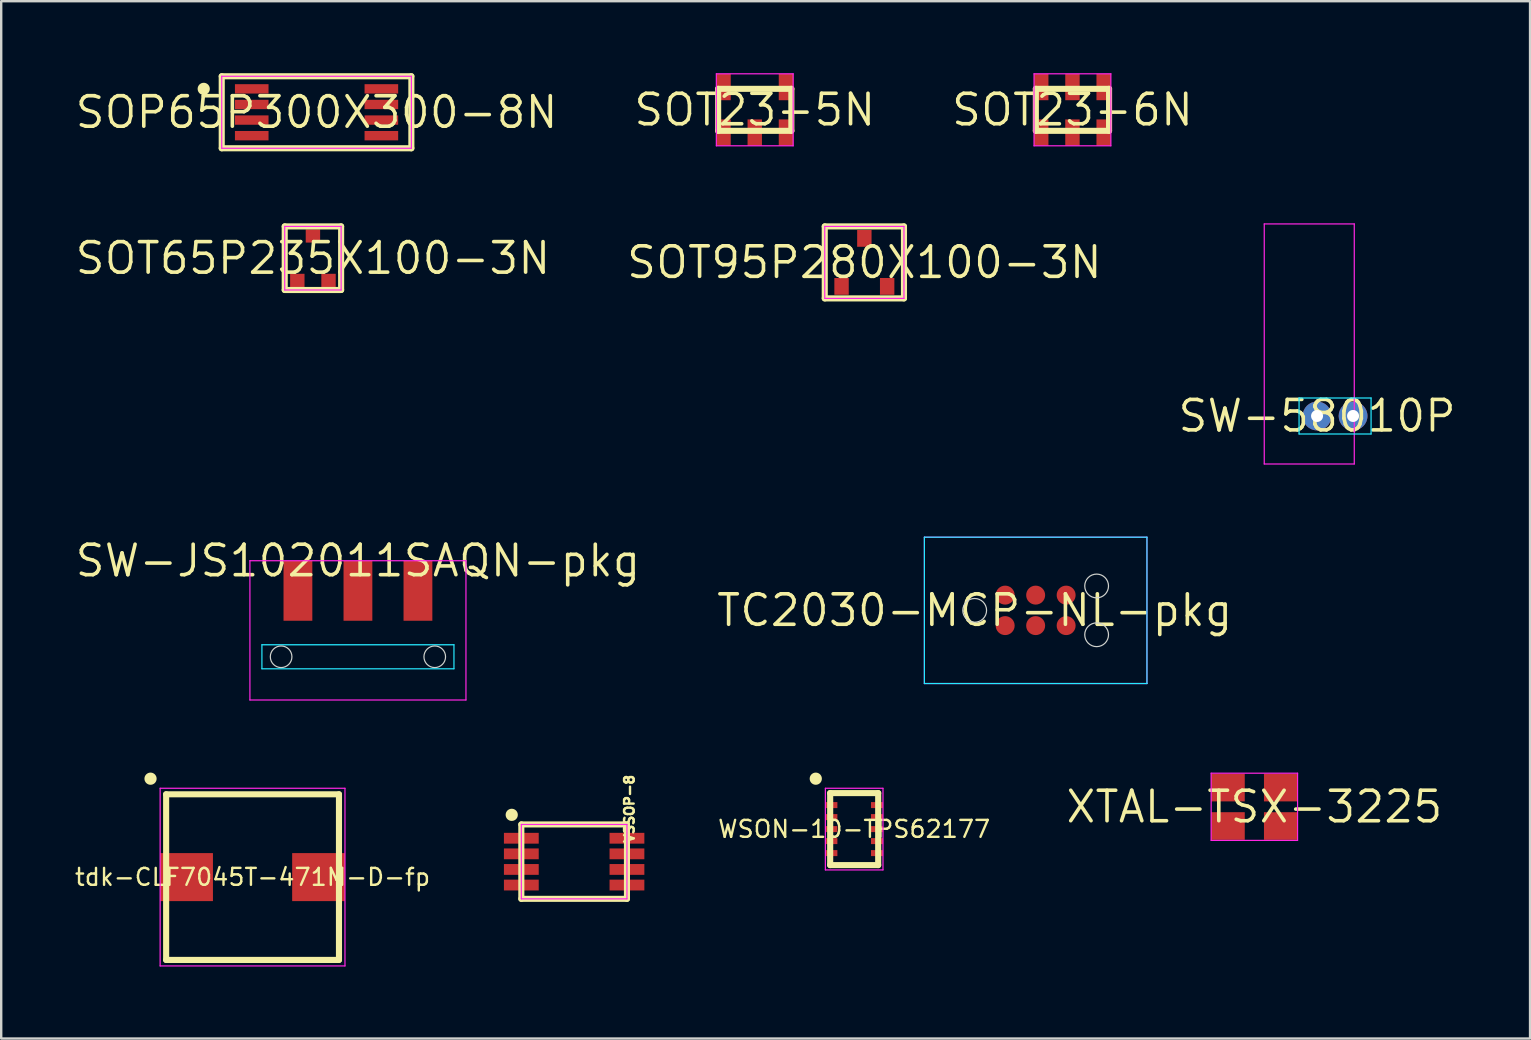
<source format=kicad_pcb>
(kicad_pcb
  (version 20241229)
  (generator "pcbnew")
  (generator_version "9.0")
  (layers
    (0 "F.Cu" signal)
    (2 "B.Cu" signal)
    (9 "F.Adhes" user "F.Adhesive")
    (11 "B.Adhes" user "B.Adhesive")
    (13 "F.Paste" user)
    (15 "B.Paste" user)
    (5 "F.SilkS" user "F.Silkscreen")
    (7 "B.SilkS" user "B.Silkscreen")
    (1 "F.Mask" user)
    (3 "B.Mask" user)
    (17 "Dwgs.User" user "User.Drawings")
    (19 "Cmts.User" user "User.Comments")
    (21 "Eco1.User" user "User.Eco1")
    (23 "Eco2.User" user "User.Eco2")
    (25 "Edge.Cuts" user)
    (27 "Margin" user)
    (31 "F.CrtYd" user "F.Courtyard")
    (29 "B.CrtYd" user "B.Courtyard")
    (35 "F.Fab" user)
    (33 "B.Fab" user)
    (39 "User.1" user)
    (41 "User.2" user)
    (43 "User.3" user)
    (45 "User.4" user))
  (footprint "SOT65P235X100-3N"
    (layer "F.Cu")
    (at 9.986 7.706)
    (property "Reference" "SOT65P235X100-3N" (at 0 0 0) (layer "F.SilkS") (effects (font (size 1.27 1.27) (thickness 0.15))))
    (attr through_hole)
    (fp_line (start -1.175 -1.325) (end -1.175 1.325) (stroke (width 0.254) (type solid)) (layer "F.SilkS"))
    (fp_line (start -1.175 1.325) (end 1.175 1.325) (stroke (width 0.254) (type solid)) (layer "F.SilkS"))
    (fp_line (start 1.175 -1.325) (end -1.175 -1.325) (stroke (width 0.254) (type solid)) (layer "F.SilkS"))
    (fp_line (start 1.175 1.325) (end 1.175 -1.325) (stroke (width 0.254) (type solid)) (layer "F.SilkS"))
    (fp_line (start -1.175 -1.325) (end -1.175 1.325) (stroke (width 0.05) (type solid)) (layer "F.CrtYd"))
    (fp_line (start -1.175 1.325) (end 1.175 1.325) (stroke (width 0.05) (type solid)) (layer "F.CrtYd"))
    (fp_line (start 1.175 -1.325) (end -1.175 -1.325) (stroke (width 0.05) (type solid)) (layer "F.CrtYd"))
    (fp_line (start 1.175 1.325) (end 1.175 -1.325) (stroke (width 0.05) (type solid)) (layer "F.CrtYd"))
    (pad "1" smd rect (at -0.65 0.925) (size 0.6 0.55) (layers "F.Cu" "F.Mask" "F.Paste"))
    (pad "2" smd rect (at 0.65 0.925) (size 0.6 0.55) (layers "F.Cu" "F.Mask" "F.Paste"))
    (pad "3" smd rect (at 0 -0.925) (size 0.6 0.55) (layers "F.Cu" "F.Mask" "F.Paste")))
  (footprint "tdk-CLF7045T-471M-D-fp"
    (layer "F.Cu")
    (at 7.471 33.489)
    (property "Reference" "tdk-CLF7045T-471M-D-fp" (at 0 0 0) (layer "F.SilkS") (effects (font (size 0.706 0.706) (thickness 0.1))))
    (attr through_hole)
    (fp_line (start -3.6 -3.45) (end -3.6 3.45) (stroke (width 0.254) (type solid)) (layer "F.SilkS"))
    (fp_line (start -3.6 3.45) (end 3.6 3.45) (stroke (width 0.254) (type solid)) (layer "F.SilkS"))
    (fp_line (start 3.6 -3.45) (end -3.6 -3.45) (stroke (width 0.254) (type solid)) (layer "F.SilkS"))
    (fp_line (start 3.6 3.45) (end 3.6 -3.45) (stroke (width 0.254) (type solid)) (layer "F.SilkS"))
    (fp_poly (pts (xy -3.996 -4.1) (xy -4.001 -4.15) (xy -4.015 -4.197) (xy -4.039 -4.241) (xy -4.07 -4.28) (xy -4.109 -4.311) (xy -4.153 -4.335) (xy -4.2 -4.349) (xy -4.25 -4.354) (xy -4.3 -4.349) (xy -4.347 -4.335) (xy -4.391 -4.311) (xy -4.43 -4.28) (xy -4.461 -4.241) (xy -4.485 -4.197) (xy -4.499 -4.15) (xy -4.504 -4.1) (xy -4.499 -4.05) (xy -4.485 -4.003) (xy -4.461 -3.959) (xy -4.43 -3.92) (xy -4.391 -3.889) (xy -4.347 -3.865) (xy -4.3 -3.851) (xy -4.25 -3.846) (xy -4.2 -3.851) (xy -4.153 -3.865) (xy -4.109 -3.889) (xy -4.07 -3.92) (xy -4.039 -3.959) (xy -4.015 -4.003) (xy -4.001 -4.05)) (stroke (width 0) (type solid)) (fill yes) (layer "F.SilkS"))
    (fp_line (start -3.85 -3.7) (end -3.85 3.7) (stroke (width 0.05) (type solid)) (layer "F.CrtYd"))
    (fp_line (start -3.85 3.7) (end 3.85 3.7) (stroke (width 0.05) (type solid)) (layer "F.CrtYd"))
    (fp_line (start 3.85 -3.7) (end -3.85 -3.7) (stroke (width 0.05) (type solid)) (layer "F.CrtYd"))
    (fp_line (start 3.85 3.7) (end 3.85 -3.7) (stroke (width 0.05) (type solid)) (layer "F.CrtYd"))
    (pad "1" smd rect (at -2.75 0 270) (size 2 2.2) (layers "F.Cu" "F.Mask" "F.Paste"))
    (pad "2" smd rect (at 2.75 0 90) (size 2 2.2) (layers "F.Cu" "F.Mask" "F.Paste")))
  (footprint "SOT95P280X100-3N"
    (layer "F.Cu")
    (at 32.958 7.881)
    (property "Reference" "SOT95P280X100-3N" (at 0 0 0) (layer "F.SilkS") (effects (font (size 1.27 1.27) (thickness 0.15))))
    (attr through_hole)
    (fp_line (start -1.65 -1.5) (end -1.65 1.5) (stroke (width 0.254) (type solid)) (layer "F.SilkS"))
    (fp_line (start -1.65 1.5) (end 1.65 1.5) (stroke (width 0.254) (type solid)) (layer "F.SilkS"))
    (fp_line (start 1.65 -1.5) (end -1.65 -1.5) (stroke (width 0.254) (type solid)) (layer "F.SilkS"))
    (fp_line (start 1.65 1.5) (end 1.65 -1.5) (stroke (width 0.254) (type solid)) (layer "F.SilkS"))
    (fp_line (start -1.65 -1.5) (end -1.65 1.5) (stroke (width 0.05) (type solid)) (layer "F.CrtYd"))
    (fp_line (start -1.65 1.5) (end 1.65 1.5) (stroke (width 0.05) (type solid)) (layer "F.CrtYd"))
    (fp_line (start 1.65 -1.5) (end -1.65 -1.5) (stroke (width 0.05) (type solid)) (layer "F.CrtYd"))
    (fp_line (start 1.65 1.5) (end 1.65 -1.5) (stroke (width 0.05) (type solid)) (layer "F.CrtYd"))
    (pad "1" smd rect (at -0.95 1) (size 0.6 0.7) (layers "F.Cu" "F.Mask" "F.Paste"))
    (pad "2" smd rect (at 0.95 1) (size 0.6 0.7) (layers "F.Cu" "F.Mask" "F.Paste"))
    (pad "3" smd rect (at 0 -1) (size 0.6 0.7) (layers "F.Cu" "F.Mask" "F.Paste")))
  (footprint "SW-JS102011SAQN-pkg"
    (layer "F.Cu")
    (at 11.861 20.31)
    (property "Reference" "SW-JS102011SAQN-pkg" (at 0 0 0) (layer "F.SilkS") (effects (font (size 1.27 1.27) (thickness 0.15))))
    (attr through_hole)
    (fp_circle (center -3.2 4) (end -2.75 4) (stroke (width 0.05) (type solid)) (fill no) (layer "Edge.Cuts"))
    (fp_circle (center 3.2 4) (end 3.65 4) (stroke (width 0.05) (type solid)) (fill no) (layer "Edge.Cuts"))
    (fp_line (start -4 3.5) (end -4 4.5) (stroke (width 0.05) (type solid)) (layer "B.CrtYd"))
    (fp_line (start -4 4.5) (end 4 4.5) (stroke (width 0.05) (type solid)) (layer "B.CrtYd"))
    (fp_line (start 4 3.5) (end -4 3.5) (stroke (width 0.05) (type solid)) (layer "B.CrtYd"))
    (fp_line (start 4 4.5) (end 4 3.5) (stroke (width 0.05) (type solid)) (layer "B.CrtYd"))
    (fp_line (start -4.5 0) (end -4.5 5.8) (stroke (width 0.05) (type solid)) (layer "F.CrtYd"))
    (fp_line (start -4.5 5.8) (end 4.5 5.8) (stroke (width 0.05) (type solid)) (layer "F.CrtYd"))
    (fp_line (start 4.5 0) (end -4.5 0) (stroke (width 0.05) (type solid)) (layer "F.CrtYd"))
    (fp_line (start 4.5 5.8) (end 4.5 0) (stroke (width 0.05) (type solid)) (layer "F.CrtYd"))
    (pad "1" smd rect (at -2.5 1.25) (size 1.2 2.5) (layers "F.Cu" "F.Mask" "F.Paste"))
    (pad "2" smd rect (at 0 1.25) (size 1.2 2.5) (layers "F.Cu" "F.Mask" "F.Paste"))
    (pad "3" smd rect (at 2.5 1.25) (size 1.2 2.5) (layers "F.Cu" "F.Mask" "F.Paste")))
  (footprint "SW-58010P"
    (layer "F.Cu")
    (at 51.817 14.279)
    (property "Reference" "SW-58010P" (at 0 0 0) (layer "F.SilkS") (effects (font (size 1.27 1.27) (thickness 0.15))))
    (attr through_hole)
    (fp_line (start -0.75 -0.75) (end -0.75 0.75) (stroke (width 0.05) (type solid)) (layer "B.CrtYd"))
    (fp_line (start -0.75 0.75) (end 2.25 0.75) (stroke (width 0.05) (type solid)) (layer "B.CrtYd"))
    (fp_line (start 2.25 -0.75) (end -0.75 -0.75) (stroke (width 0.05) (type solid)) (layer "B.CrtYd"))
    (fp_line (start 2.25 0.75) (end 2.25 -0.75) (stroke (width 0.05) (type solid)) (layer "B.CrtYd"))
    (fp_line (start -2.2 -8) (end -2.2 2) (stroke (width 0.05) (type solid)) (layer "F.CrtYd"))
    (fp_line (start -2.2 2) (end 1.55 2) (stroke (width 0.05) (type solid)) (layer "F.CrtYd"))
    (fp_line (start 1.55 -8) (end -2.2 -8) (stroke (width 0.05) (type solid)) (layer "F.CrtYd"))
    (fp_line (start 1.55 2) (end 1.55 -8) (stroke (width 0.05) (type solid)) (layer "F.CrtYd"))
    (pad "1" thru_hole circle (at 0 0) (size 1.2 1.2) (drill 0.5) (layers "*.Cu" "*.Mask"))
    (pad "2" thru_hole circle (at 1.5 0) (size 1.2 1.2) (drill 0.5) (layers "*.Cu" "*.Mask")))
  (footprint "SOP65P300X300-8N"
    (layer "F.Cu")
    (at 10.137 1.627)
    (property "Reference" "SOP65P300X300-8N" (at 0 0 0) (layer "F.SilkS") (effects (font (size 1.27 1.27) (thickness 0.15))))
    (attr through_hole)
    (fp_line (start -3.95 -1.5) (end -3.95 1.5) (stroke (width 0.254) (type solid)) (layer "F.SilkS"))
    (fp_line (start -3.95 1.5) (end 3.95 1.5) (stroke (width 0.254) (type solid)) (layer "F.SilkS"))
    (fp_line (start 3.95 -1.5) (end -3.95 -1.5) (stroke (width 0.254) (type solid)) (layer "F.SilkS"))
    (fp_line (start 3.95 1.5) (end 3.95 -1.5) (stroke (width 0.254) (type solid)) (layer "F.SilkS"))
    (fp_poly (pts (xy -4.446 -0.975) (xy -4.451 -1.025) (xy -4.465 -1.072) (xy -4.489 -1.116) (xy -4.52 -1.155) (xy -4.559 -1.186) (xy -4.603 -1.21) (xy -4.65 -1.224) (xy -4.7 -1.229) (xy -4.75 -1.224) (xy -4.797 -1.21) (xy -4.841 -1.186) (xy -4.88 -1.155) (xy -4.911 -1.116) (xy -4.935 -1.072) (xy -4.949 -1.025) (xy -4.954 -0.975) (xy -4.949 -0.925) (xy -4.935 -0.878) (xy -4.911 -0.834) (xy -4.88 -0.795) (xy -4.841 -0.764) (xy -4.797 -0.74) (xy -4.75 -0.726) (xy -4.7 -0.721) (xy -4.65 -0.726) (xy -4.603 -0.74) (xy -4.559 -0.764) (xy -4.52 -0.795) (xy -4.489 -0.834) (xy -4.465 -0.878) (xy -4.451 -0.925)) (stroke (width 0) (type solid)) (fill yes) (layer "F.SilkS"))
    (fp_line (start -3.95 -1.5) (end -3.95 1.5) (stroke (width 0.05) (type solid)) (layer "F.CrtYd"))
    (fp_line (start -3.95 1.5) (end 3.95 1.5) (stroke (width 0.05) (type solid)) (layer "F.CrtYd"))
    (fp_line (start 3.95 -1.5) (end -3.95 -1.5) (stroke (width 0.05) (type solid)) (layer "F.CrtYd"))
    (fp_line (start 3.95 1.5) (end 3.95 -1.5) (stroke (width 0.05) (type solid)) (layer "F.CrtYd"))
    (pad "1" smd rect (at -2.7 -0.975 270) (size 0.39 1.4) (layers "F.Cu" "F.Mask" "F.Paste"))
    (pad "2" smd rect (at -2.7 -0.325 270) (size 0.39 1.4) (layers "F.Cu" "F.Mask" "F.Paste"))
    (pad "3" smd rect (at -2.7 0.325 270) (size 0.39 1.4) (layers "F.Cu" "F.Mask" "F.Paste"))
    (pad "4" smd rect (at -2.7 0.975 270) (size 0.39 1.4) (layers "F.Cu" "F.Mask" "F.Paste"))
    (pad "5" smd rect (at 2.7 0.975 90) (size 0.39 1.4) (layers "F.Cu" "F.Mask" "F.Paste"))
    (pad "6" smd rect (at 2.7 0.325 90) (size 0.39 1.4) (layers "F.Cu" "F.Mask" "F.Paste"))
    (pad "7" smd rect (at 2.7 -0.325 90) (size 0.39 1.4) (layers "F.Cu" "F.Mask" "F.Paste"))
    (pad "8" smd rect (at 2.7 -0.975 90) (size 0.39 1.4) (layers "F.Cu" "F.Mask" "F.Paste")))
  (footprint "SOT23-5N"
    (layer "F.Cu")
    (at 28.392 1.525)
    (property "Reference" "SOT23-5N" (at 0 0 0) (layer "F.SilkS") (effects (font (size 1.27 1.27) (thickness 0.15))))
    (attr through_hole)
    (fp_line (start -1.525 -0.875) (end -1.525 0.875) (stroke (width 0.254) (type solid)) (layer "F.SilkS"))
    (fp_line (start -1.525 0.875) (end 1.525 0.875) (stroke (width 0.254) (type solid)) (layer "F.SilkS"))
    (fp_line (start 1.525 -0.875) (end -1.525 -0.875) (stroke (width 0.254) (type solid)) (layer "F.SilkS"))
    (fp_line (start 1.525 0.875) (end 1.525 -0.875) (stroke (width 0.254) (type solid)) (layer "F.SilkS"))
    (fp_line (start -1.6 -1.5) (end -1.6 1.5) (stroke (width 0.05) (type solid)) (layer "F.CrtYd"))
    (fp_line (start -1.6 1.5) (end 1.6 1.5) (stroke (width 0.05) (type solid)) (layer "F.CrtYd"))
    (fp_line (start 1.6 -1.5) (end -1.6 -1.5) (stroke (width 0.05) (type solid)) (layer "F.CrtYd"))
    (fp_line (start 1.6 1.5) (end 1.6 -1.5) (stroke (width 0.05) (type solid)) (layer "F.CrtYd"))
    (pad "1" smd rect (at -1.3 0.95) (size 0.6 1.1) (layers "F.Cu" "F.Mask" "F.Paste"))
    (pad "2" smd rect (at 0 0.95) (size 0.6 1.1) (layers "F.Cu" "F.Mask" "F.Paste"))
    (pad "3" smd rect (at 1.3 0.95) (size 0.6 1.1) (layers "F.Cu" "F.Mask" "F.Paste"))
    (pad "4" smd rect (at 1.3 -0.95) (size 0.6 1.1) (layers "F.Cu" "F.Mask" "F.Paste"))
    (pad "5" smd rect (at -1.3 -0.95) (size 0.6 1.1) (layers "F.Cu" "F.Mask" "F.Paste")))
  (footprint "WSON-10-TPS62177"
    (layer "F.Cu")
    (at 32.534 31.489)
    (property "Reference" "WSON-10-TPS62177" (at 0 0 0) (layer "F.SilkS") (effects (font (size 0.706 0.706) (thickness 0.1))))
    (attr through_hole)
    (fp_line (start -1 -1.5) (end -1 1.5) (stroke (width 0.254) (type solid)) (layer "F.SilkS"))
    (fp_line (start -1 1.5) (end 1 1.5) (stroke (width 0.254) (type solid)) (layer "F.SilkS"))
    (fp_line (start 1 -1.5) (end -1 -1.5) (stroke (width 0.254) (type solid)) (layer "F.SilkS"))
    (fp_line (start 1 1.5) (end 1 -1.5) (stroke (width 0.254) (type solid)) (layer "F.SilkS"))
    (fp_poly (pts (xy -1.346 -2.1) (xy -1.351 -2.15) (xy -1.365 -2.197) (xy -1.389 -2.241) (xy -1.42 -2.28) (xy -1.459 -2.311) (xy -1.503 -2.335) (xy -1.55 -2.349) (xy -1.6 -2.354) (xy -1.65 -2.349) (xy -1.697 -2.335) (xy -1.741 -2.311) (xy -1.78 -2.28) (xy -1.811 -2.241) (xy -1.835 -2.197) (xy -1.849 -2.15) (xy -1.854 -2.1) (xy -1.849 -2.05) (xy -1.835 -2.003) (xy -1.811 -1.959) (xy -1.78 -1.92) (xy -1.741 -1.889) (xy -1.697 -1.865) (xy -1.65 -1.851) (xy -1.6 -1.846) (xy -1.55 -1.851) (xy -1.503 -1.865) (xy -1.459 -1.889) (xy -1.42 -1.92) (xy -1.389 -1.959) (xy -1.365 -2.003) (xy -1.351 -2.05)) (stroke (width 0) (type solid)) (fill yes) (layer "F.SilkS"))
    (fp_line (start -1.2 -1.7) (end -1.2 1.7) (stroke (width 0.05) (type solid)) (layer "F.CrtYd"))
    (fp_line (start -1.2 1.7) (end 1.2 1.7) (stroke (width 0.05) (type solid)) (layer "F.CrtYd"))
    (fp_line (start 1.2 -1.7) (end -1.2 -1.7) (stroke (width 0.05) (type solid)) (layer "F.CrtYd"))
    (fp_line (start 1.2 1.7) (end 1.2 -1.7) (stroke (width 0.05) (type solid)) (layer "F.CrtYd"))
    (pad "1" smd rect (at -0.95 -1 270) (size 0.25 0.5) (layers "F.Cu" "F.Mask" "F.Paste"))
    (pad "2" smd rect (at -0.95 -0.5 270) (size 0.25 0.5) (layers "F.Cu" "F.Mask" "F.Paste"))
    (pad "3" smd rect (at -0.95 0 270) (size 0.25 0.5) (layers "F.Cu" "F.Mask" "F.Paste"))
    (pad "4" smd rect (at -0.95 0.5 270) (size 0.25 0.5) (layers "F.Cu" "F.Mask" "F.Paste"))
    (pad "5" smd rect (at -0.95 1 270) (size 0.25 0.5) (layers "F.Cu" "F.Mask" "F.Paste"))
    (pad "6" smd rect (at 0.95 1 90) (size 0.25 0.5) (layers "F.Cu" "F.Mask" "F.Paste"))
    (pad "7" smd rect (at 0.95 0.5 90) (size 0.25 0.5) (layers "F.Cu" "F.Mask" "F.Paste"))
    (pad "8" smd rect (at 0.95 0 90) (size 0.25 0.5) (layers "F.Cu" "F.Mask" "F.Paste"))
    (pad "9" smd rect (at 0.95 -0.5 90) (size 0.25 0.5) (layers "F.Cu" "F.Mask" "F.Paste"))
    (pad "10" smd rect (at 0.95 -1 90) (size 0.25 0.5) (layers "F.Cu" "F.Mask" "F.Paste")))
  (footprint "XTAL-TSX-3225"
    (layer "F.Cu")
    (at 49.205 30.56)
    (property "Reference" "XTAL-TSX-3225" (at 0 0 0) (layer "F.SilkS") (effects (font (size 1.27 1.27) (thickness 0.15))))
    (attr through_hole)
    (fp_line (start -1.8 -1.4) (end -1.8 1.4) (stroke (width 0.05) (type solid)) (layer "F.CrtYd"))
    (fp_line (start -1.8 1.4) (end 1.8 1.4) (stroke (width 0.05) (type solid)) (layer "F.CrtYd"))
    (fp_line (start 1.8 -1.4) (end -1.8 -1.4) (stroke (width 0.05) (type solid)) (layer "F.CrtYd"))
    (fp_line (start 1.8 1.4) (end 1.8 -1.4) (stroke (width 0.05) (type solid)) (layer "F.CrtYd"))
    (pad "1" smd rect (at -1.1 -0.8) (size 1.4 1.15) (layers "F.Cu" "F.Mask" "F.Paste"))
    (pad "2" smd rect (at 1.1 -0.8) (size 1.4 1.15) (layers "F.Cu" "F.Mask" "F.Paste"))
    (pad "3" smd rect (at -1.1 0.8) (size 1.4 1.15) (layers "F.Cu" "F.Mask" "F.Paste"))
    (pad "4" smd rect (at 1.1 0.8) (size 1.4 1.15) (layers "F.Cu" "F.Mask" "F.Paste")))
  (footprint "TC2030-MCP-NL-pkg"
    (layer "F.Cu")
    (at 37.554 22.377)
    (property "Reference" "TC2030-MCP-NL-pkg" (at 0 0 0) (layer "F.SilkS") (effects (font (size 1.27 1.27) (thickness 0.15))))
    (attr through_hole)
    (fp_circle (center 0 0) (end 0.495 0) (stroke (width 0.05) (type solid)) (fill no) (layer "Edge.Cuts"))
    (fp_circle (center 5.08 -1.016) (end 5.575 -1.016) (stroke (width 0.05) (type solid)) (fill no) (layer "Edge.Cuts"))
    (fp_circle (center 5.08 1.016) (end 5.575 1.016) (stroke (width 0.05) (type solid)) (fill no) (layer "Edge.Cuts"))
    (fp_line (start -2.095 -3.048) (end -2.095 3.048) (stroke (width 0.05) (type solid)) (layer "B.CrtYd"))
    (fp_line (start -2.095 3.048) (end 7.176 3.048) (stroke (width 0.05) (type solid)) (layer "B.CrtYd"))
    (fp_line (start 7.176 -3.048) (end -2.095 -3.048) (stroke (width 0.05) (type solid)) (layer "B.CrtYd"))
    (fp_line (start 7.176 3.048) (end 7.176 -3.048) (stroke (width 0.05) (type solid)) (layer "B.CrtYd"))
    (fp_line (start -2.095 -3.048) (end -2.095 3.048) (stroke (width 0.05) (type solid)) (layer "F.CrtYd"))
    (fp_line (start -2.095 3.048) (end 7.176 3.048) (stroke (width 0.05) (type solid)) (layer "F.CrtYd"))
    (fp_line (start 7.176 -3.048) (end -2.095 -3.048) (stroke (width 0.05) (type solid)) (layer "F.CrtYd"))
    (fp_line (start 7.176 3.048) (end 7.176 -3.048) (stroke (width 0.05) (type solid)) (layer "F.CrtYd"))
    (pad "1" smd circle (at 1.27 0.635 90) (size 0.79 0.79) (layers "F.Cu" "F.Mask"))
    (pad "2" smd circle (at 1.27 -0.635 90) (size 0.79 0.79) (layers "F.Cu" "F.Mask"))
    (pad "3" smd circle (at 2.54 0.635 90) (size 0.79 0.79) (layers "F.Cu" "F.Mask"))
    (pad "4" smd circle (at 2.54 -0.635 90) (size 0.79 0.79) (layers "F.Cu" "F.Mask"))
    (pad "5" smd circle (at 3.81 0.635 90) (size 0.79 0.79) (layers "F.Cu" "F.Mask"))
    (pad "6" smd circle (at 3.81 -0.635 90) (size 0.79 0.79) (layers "F.Cu" "F.Mask")))
  (footprint "SOT23-6N"
    (layer "F.Cu")
    (at 41.627 1.525)
    (property "Reference" "SOT23-6N" (at 0 0 0) (layer "F.SilkS") (effects (font (size 1.27 1.27) (thickness 0.15))))
    (attr through_hole)
    (fp_line (start -1.525 -0.875) (end -1.525 0.875) (stroke (width 0.254) (type solid)) (layer "F.SilkS"))
    (fp_line (start -1.525 0.875) (end 1.525 0.875) (stroke (width 0.254) (type solid)) (layer "F.SilkS"))
    (fp_line (start 1.525 -0.875) (end -1.525 -0.875) (stroke (width 0.254) (type solid)) (layer "F.SilkS"))
    (fp_line (start 1.525 0.875) (end 1.525 -0.875) (stroke (width 0.254) (type solid)) (layer "F.SilkS"))
    (fp_line (start -1.6 -1.5) (end -1.6 1.5) (stroke (width 0.05) (type solid)) (layer "F.CrtYd"))
    (fp_line (start -1.6 1.5) (end 1.6 1.5) (stroke (width 0.05) (type solid)) (layer "F.CrtYd"))
    (fp_line (start 1.6 -1.5) (end -1.6 -1.5) (stroke (width 0.05) (type solid)) (layer "F.CrtYd"))
    (fp_line (start 1.6 1.5) (end 1.6 -1.5) (stroke (width 0.05) (type solid)) (layer "F.CrtYd"))
    (pad "1" smd rect (at -1.3 0.95) (size 0.6 1.1) (layers "F.Cu" "F.Mask" "F.Paste"))
    (pad "2" smd rect (at 0 0.95) (size 0.6 1.1) (layers "F.Cu" "F.Mask" "F.Paste"))
    (pad "3" smd rect (at 1.3 0.95) (size 0.6 1.1) (layers "F.Cu" "F.Mask" "F.Paste"))
    (pad "4" smd rect (at 1.3 -0.95) (size 0.6 1.1) (layers "F.Cu" "F.Mask" "F.Paste"))
    (pad "5" smd rect (at 0 -0.95) (size 0.6 1.1) (layers "F.Cu" "F.Mask" "F.Paste"))
    (pad "6" smd rect (at -1.3 -0.95) (size 0.6 1.1) (layers "F.Cu" "F.Mask" "F.Paste")))
  (footprint "VSSOP-8"
    (layer "F.Cu")
    (at 20.868 32.845)
    (property "Reference" "VSSOP-8" (at 2.3 -2.2 270) (layer "F.SilkS") (effects (font (size 0.4 0.4) (thickness 0.1))))
    (attr through_hole)
    (fp_line (start -2.2 -1.55) (end -2.2 1.55) (stroke (width 0.254) (type solid)) (layer "F.SilkS"))
    (fp_line (start -2.2 1.55) (end 2.2 1.55) (stroke (width 0.254) (type solid)) (layer "F.SilkS"))
    (fp_line (start 2.2 -1.55) (end -2.2 -1.55) (stroke (width 0.254) (type solid)) (layer "F.SilkS"))
    (fp_line (start 2.2 1.55) (end 2.2 -1.55) (stroke (width 0.254) (type solid)) (layer "F.SilkS"))
    (fp_poly (pts (xy -2.346 -1.95) (xy -2.351 -2) (xy -2.365 -2.047) (xy -2.389 -2.091) (xy -2.42 -2.13) (xy -2.459 -2.161) (xy -2.503 -2.185) (xy -2.55 -2.199) (xy -2.6 -2.204) (xy -2.65 -2.199) (xy -2.697 -2.185) (xy -2.741 -2.161) (xy -2.78 -2.13) (xy -2.811 -2.091) (xy -2.835 -2.047) (xy -2.849 -2) (xy -2.854 -1.95) (xy -2.849 -1.9) (xy -2.835 -1.853) (xy -2.811 -1.809) (xy -2.78 -1.77) (xy -2.741 -1.739) (xy -2.697 -1.715) (xy -2.65 -1.701) (xy -2.6 -1.696) (xy -2.55 -1.701) (xy -2.503 -1.715) (xy -2.459 -1.739) (xy -2.42 -1.77) (xy -2.389 -1.809) (xy -2.365 -1.853) (xy -2.351 -1.9)) (stroke (width 0) (type solid)) (fill yes) (layer "F.SilkS"))
    (fp_line (start -2.2 -1.55) (end -2.2 1.55) (stroke (width 0.05) (type solid)) (layer "F.CrtYd"))
    (fp_line (start -2.2 1.55) (end 2.2 1.55) (stroke (width 0.05) (type solid)) (layer "F.CrtYd"))
    (fp_line (start 2.2 -1.55) (end -2.2 -1.55) (stroke (width 0.05) (type solid)) (layer "F.CrtYd"))
    (fp_line (start 2.2 1.55) (end 2.2 -1.55) (stroke (width 0.05) (type solid)) (layer "F.CrtYd"))
    (pad "1" smd rect (at -2.2 -0.975 90) (size 0.45 1.45) (layers "F.Cu" "F.Mask" "F.Paste"))
    (pad "2" smd rect (at -2.2 -0.325 90) (size 0.45 1.45) (layers "F.Cu" "F.Mask" "F.Paste"))
    (pad "3" smd rect (at -2.2 0.325 90) (size 0.45 1.45) (layers "F.Cu" "F.Mask" "F.Paste"))
    (pad "4" smd rect (at -2.2 0.975 90) (size 0.45 1.45) (layers "F.Cu" "F.Mask" "F.Paste"))
    (pad "5" smd rect (at 2.2 0.975 270) (size 0.45 1.45) (layers "F.Cu" "F.Mask" "F.Paste"))
    (pad "6" smd rect (at 2.2 0.325 270) (size 0.45 1.45) (layers "F.Cu" "F.Mask" "F.Paste"))
    (pad "7" smd rect (at 2.2 -0.325 270) (size 0.45 1.45) (layers "F.Cu" "F.Mask" "F.Paste"))
    (pad "8" smd rect (at 2.2 -0.975 270) (size 0.45 1.45) (layers "F.Cu" "F.Mask" "F.Paste")))
  (gr_rect
    (start -3 -3)
    (end 60.69 40.214)
    (stroke (width 0.1) (type default))
    (fill no)
    (layer "Edge.Cuts")))
</source>
